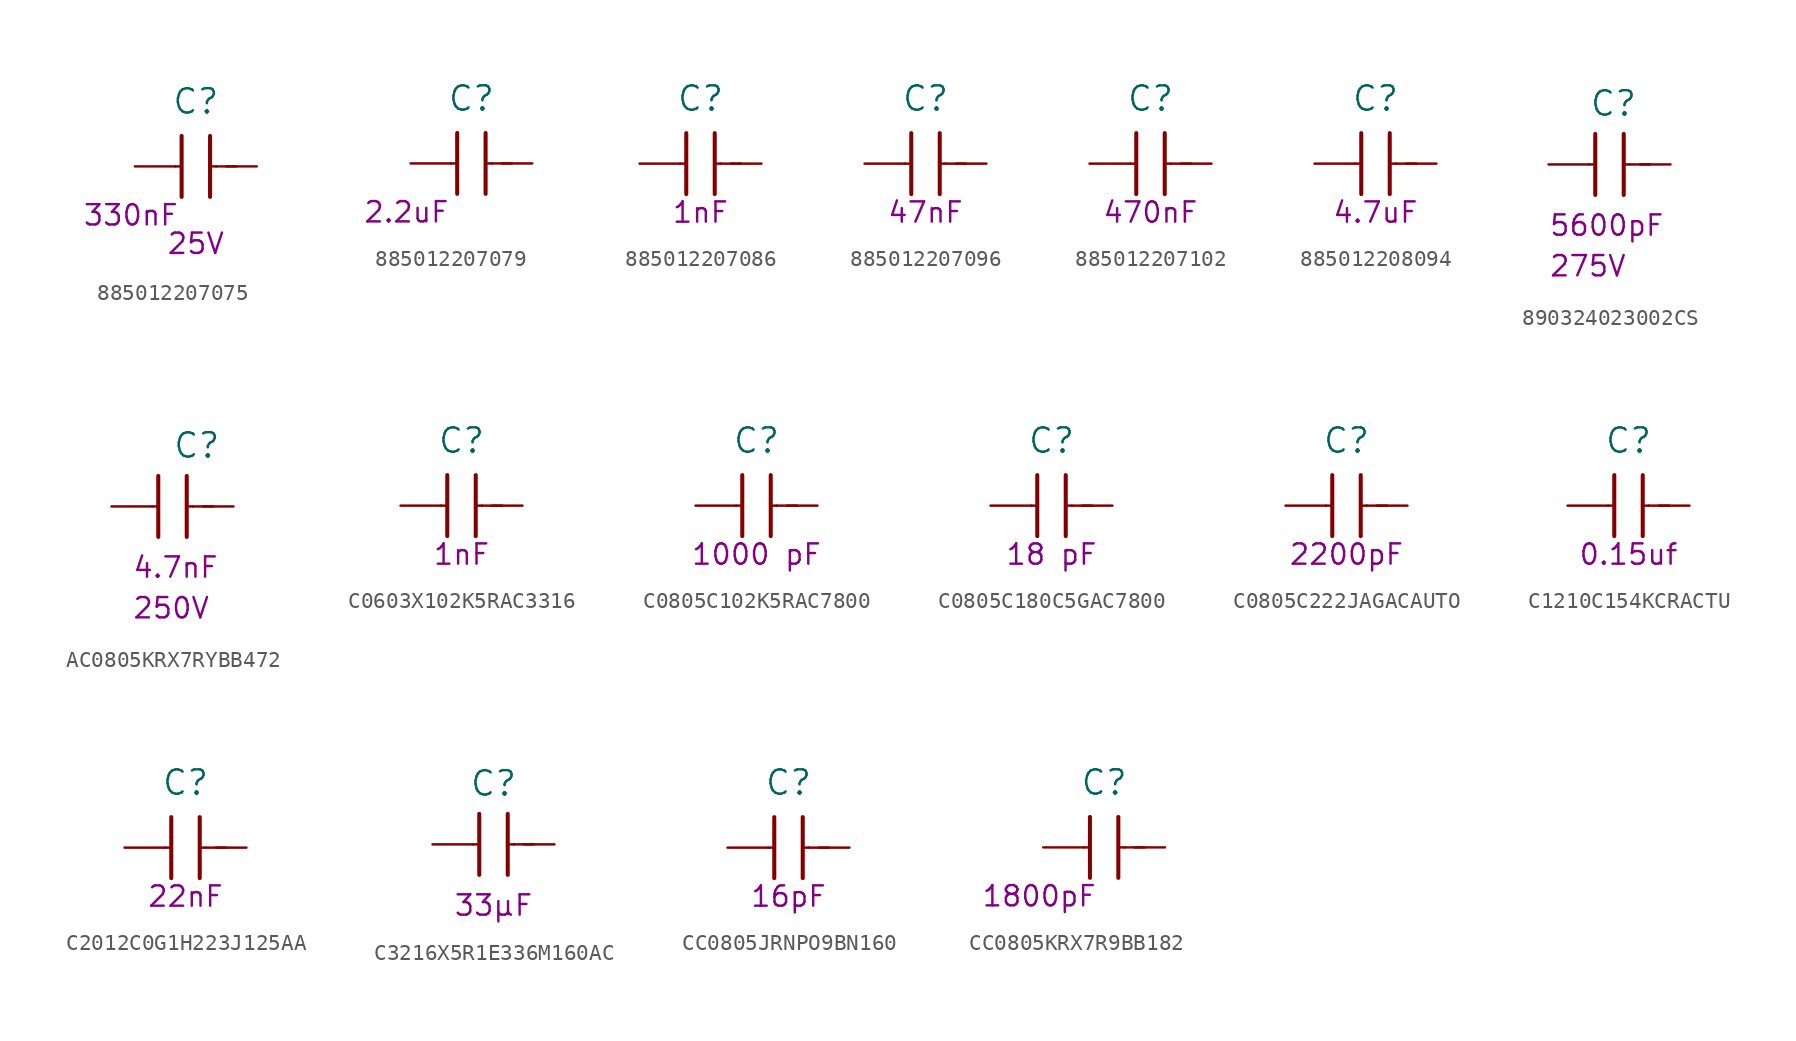
<source format=kicad_sym>
(kicad_symbol_lib
  (version 20231120)
  (generator "kicad_symbol_editor")
  (generator_version "8.0")
  (symbol "885012207075"
    (pin_numbers hide)
    (pin_names
      (offset 0) hide)
    (property "Reference" "C"
      (at -1.27 4.064 0)
      (effects (font (size 1.524 1.524))))
    (property "Capacitance (Farad)" "330nF"
      (at -5.334 -3.048 0)
      (effects (font (size 1.27 1.27))))
    (property "Voltage Rated (Volt)" "25V"
      (at -1.27 -4.826 0)
      (effects (font (size 1.27 1.27))))
    (symbol "885012207075_0_1"
      (polyline (pts (xy -2.54 0) (xy -2.286 0)) (stroke (width 0) (type default)) (fill (type none)))
      (polyline (pts (xy -2.159 1.905) (xy -2.159 -1.905)) (stroke (width 0.254) (type default)) (fill (type none)))
      (polyline (pts (xy -0.381 1.905) (xy -0.381 -1.905)) (stroke (width 0.254) (type default)) (fill (type none)))
      (polyline (pts (xy 0 0) (xy -0.254 0)) (stroke (width 0) (type default)) (fill (type none)))
      (polyline (pts (xy 0.635 0) (xy 1.27 0)) (stroke (width 0) (type default)) (fill (type none))))
    (symbol "885012207075_1_1"
      (pin passive line (at -5.08 0 0) (length 2.54) (name "1" (effects (font (size 1.27 1.27)))) (number "1" (effects (font (size 1.27 1.27)))))
      (pin passive line (at 2.54 0 180) (length 2.54) (name "2" (effects (font (size 1.27 1.27)))) (number "2" (effects (font (size 1.27 1.27)))))))
  (symbol "885012207079"
    (pin_numbers hide)
    (pin_names
      (offset 0) hide)
    (property "Reference" "C"
      (at -1.27 4.064 0)
      (effects (font (size 1.524 1.524))))
    (property "Capacitance (Farad)" "2.2uF"
      (at -5.334 -3.048 0)
      (effects (font (size 1.27 1.27))))
    (symbol "885012207079_0_1"
      (polyline (pts (xy -2.54 0) (xy -2.286 0)) (stroke (width 0) (type default)) (fill (type none)))
      (polyline (pts (xy -2.159 1.905) (xy -2.159 -1.905)) (stroke (width 0.254) (type default)) (fill (type none)))
      (polyline (pts (xy -0.381 1.905) (xy -0.381 -1.905)) (stroke (width 0.254) (type default)) (fill (type none)))
      (polyline (pts (xy 0 0) (xy -0.254 0)) (stroke (width 0) (type default)) (fill (type none)))
      (polyline (pts (xy 0.635 0) (xy 1.27 0)) (stroke (width 0) (type default)) (fill (type none))))
    (symbol "885012207079_1_1"
      (pin passive line (at -5.08 0 0) (length 2.54) (name "1" (effects (font (size 1.27 1.27)))) (number "1" (effects (font (size 1.27 1.27)))))
      (pin passive line (at 2.54 0 180) (length 2.54) (name "2" (effects (font (size 1.27 1.27)))) (number "2" (effects (font (size 1.27 1.27)))))))
  (symbol "885012207086"
    (pin_numbers hide)
    (pin_names
      (offset 0) hide)
    (property "Reference" "C"
      (at -1.27 4.064 0)
      (effects (font (size 1.524 1.524))))
    (property "Capacitance (Farad)" "1nF"
      (at -1.27 -3.048 0)
      (effects (font (size 1.27 1.27))))
    (symbol "885012207086_0_1"
      (polyline (pts (xy -2.54 0) (xy -2.286 0)) (stroke (width 0) (type default)) (fill (type none)))
      (polyline (pts (xy -2.159 1.905) (xy -2.159 -1.905)) (stroke (width 0.254) (type default)) (fill (type none)))
      (polyline (pts (xy -0.381 1.905) (xy -0.381 -1.905)) (stroke (width 0.254) (type default)) (fill (type none)))
      (polyline (pts (xy 0 0) (xy -0.254 0)) (stroke (width 0) (type default)) (fill (type none)))
      (polyline (pts (xy 0.635 0) (xy 1.27 0)) (stroke (width 0) (type default)) (fill (type none))))
    (symbol "885012207086_1_1"
      (pin passive line (at -5.08 0 0) (length 2.54) (name "1" (effects (font (size 1.27 1.27)))) (number "1" (effects (font (size 1.27 1.27)))))
      (pin passive line (at 2.54 0 180) (length 2.54) (name "2" (effects (font (size 1.27 1.27)))) (number "2" (effects (font (size 1.27 1.27)))))))
  (symbol "885012207096"
    (pin_numbers hide)
    (pin_names
      (offset 0) hide)
    (property "Reference" "C"
      (at -1.27 4.064 0)
      (effects (font (size 1.524 1.524))))
    (property "Capacitance (Farad)" "47nF"
      (at -1.27 -3.048 0)
      (effects (font (size 1.27 1.27))))
    (symbol "885012207096_0_1"
      (polyline (pts (xy -2.54 0) (xy -2.286 0)) (stroke (width 0) (type default)) (fill (type none)))
      (polyline (pts (xy -2.159 1.905) (xy -2.159 -1.905)) (stroke (width 0.254) (type default)) (fill (type none)))
      (polyline (pts (xy -0.381 1.905) (xy -0.381 -1.905)) (stroke (width 0.254) (type default)) (fill (type none)))
      (polyline (pts (xy 0 0) (xy -0.254 0)) (stroke (width 0) (type default)) (fill (type none)))
      (polyline (pts (xy 0.635 0) (xy 1.27 0)) (stroke (width 0) (type default)) (fill (type none))))
    (symbol "885012207096_1_1"
      (pin passive line (at -5.08 0 0) (length 2.54) (name "1" (effects (font (size 1.27 1.27)))) (number "1" (effects (font (size 1.27 1.27)))))
      (pin passive line (at 2.54 0 180) (length 2.54) (name "2" (effects (font (size 1.27 1.27)))) (number "2" (effects (font (size 1.27 1.27)))))))
  (symbol "885012207102"
    (pin_numbers hide)
    (pin_names
      (offset 0) hide)
    (property "Reference" "C"
      (at -1.27 4.064 0)
      (effects (font (size 1.524 1.524))))
    (property "Capacitance (Farad)" "470nF"
      (at -1.27 -3.048 0)
      (effects (font (size 1.27 1.27))))
    (symbol "885012207102_0_1"
      (polyline (pts (xy -2.54 0) (xy -2.286 0)) (stroke (width 0) (type default)) (fill (type none)))
      (polyline (pts (xy -2.159 1.905) (xy -2.159 -1.905)) (stroke (width 0.254) (type default)) (fill (type none)))
      (polyline (pts (xy -0.381 1.905) (xy -0.381 -1.905)) (stroke (width 0.254) (type default)) (fill (type none)))
      (polyline (pts (xy 0 0) (xy -0.254 0)) (stroke (width 0) (type default)) (fill (type none)))
      (polyline (pts (xy 0.635 0) (xy 1.27 0)) (stroke (width 0) (type default)) (fill (type none))))
    (symbol "885012207102_1_1"
      (pin passive line (at -5.08 0 0) (length 2.54) (name "1" (effects (font (size 1.27 1.27)))) (number "1" (effects (font (size 1.27 1.27)))))
      (pin passive line (at 2.54 0 180) (length 2.54) (name "2" (effects (font (size 1.27 1.27)))) (number "2" (effects (font (size 1.27 1.27)))))))
  (symbol "885012208094"
    (pin_numbers hide)
    (pin_names
      (offset 0) hide)
    (property "Reference" "C"
      (at -1.27 4.064 0)
      (effects (font (size 1.524 1.524))))
    (property "Capacitance (Farad)" "4.7uF"
      (at -1.27 -3.048 0)
      (effects (font (size 1.27 1.27))))
    (symbol "885012208094_0_1"
      (polyline (pts (xy -2.54 0) (xy -2.286 0)) (stroke (width 0) (type default)) (fill (type none)))
      (polyline (pts (xy -2.159 1.905) (xy -2.159 -1.905)) (stroke (width 0.254) (type default)) (fill (type none)))
      (polyline (pts (xy -0.381 1.905) (xy -0.381 -1.905)) (stroke (width 0.254) (type default)) (fill (type none)))
      (polyline (pts (xy 0 0) (xy -0.254 0)) (stroke (width 0) (type default)) (fill (type none)))
      (polyline (pts (xy 0.635 0) (xy 1.27 0)) (stroke (width 0) (type default)) (fill (type none))))
    (symbol "885012208094_1_1"
      (pin passive line (at -5.08 0 0) (length 2.54) (name "1" (effects (font (size 1.27 1.27)))) (number "1" (effects (font (size 1.27 1.27)))))
      (pin passive line (at 2.54 0 180) (length 2.54) (name "2" (effects (font (size 1.27 1.27)))) (number "2" (effects (font (size 1.27 1.27)))))))
  (symbol "890324023002CS"
    (pin_numbers hide)
    (pin_names
      (offset 0) hide)
    (property "Reference" "C"
      (at -2.54 3.81 0)
      (effects (font (size 1.524 1.524)) (justify left)))
    (property "Capacitance (Farad)" "5600pF"
      (at -5.08 -3.81 0)
      (effects (font (size 1.27 1.27)) (justify left)))
    (property "Voltage Rated (Volt)" "275V"
      (at -5.08 -6.35 0)
      (effects (font (size 1.27 1.27)) (justify left)))
    (symbol "890324023002CS_0_1"
      (polyline (pts (xy -2.54 0) (xy -2.286 0)) (stroke (width 0) (type default)) (fill (type none)))
      (polyline (pts (xy -2.159 1.905) (xy -2.159 -1.905)) (stroke (width 0.254) (type default)) (fill (type none)))
      (polyline (pts (xy -0.381 1.905) (xy -0.381 -1.905)) (stroke (width 0.254) (type default)) (fill (type none)))
      (polyline (pts (xy 0 0) (xy -0.254 0)) (stroke (width 0) (type default)) (fill (type none)))
      (polyline (pts (xy 0.635 0) (xy 1.27 0)) (stroke (width 0) (type default)) (fill (type none))))
    (symbol "890324023002CS_1_1"
      (pin passive line (at -5.08 0 0) (length 2.54) (name "1" (effects (font (size 1.27 1.27)))) (number "1" (effects (font (size 1.27 1.27)))))
      (pin passive line (at 2.54 0 180) (length 2.54) (name "2" (effects (font (size 1.27 1.27)))) (number "2" (effects (font (size 1.27 1.27)))))))
  (symbol "AC0805KRX7RYBB472"
    (pin_numbers hide)
    (pin_names
      (offset 0) hide)
    (property "Reference" "C"
      (at 0 3.81 0)
      (effects (font (size 1.524 1.524)) (justify left)))
    (property "Capacitance (Farad)" "4.7nF"
      (at -2.54 -3.81 0)
      (effects (font (size 1.27 1.27)) (justify left)))
    (property "Voltage Rated (Volt)" "250V"
      (at -2.54 -6.35 0)
      (effects (font (size 1.27 1.27)) (justify left)))
    (symbol "AC0805KRX7RYBB472_0_1"
      (polyline (pts (xy -1.27 0) (xy -1.016 0)) (stroke (width 0) (type default)) (fill (type none)))
      (polyline (pts (xy -0.889 1.905) (xy -0.889 -1.905)) (stroke (width 0.254) (type default)) (fill (type none)))
      (polyline (pts (xy 0.889 1.905) (xy 0.889 -1.905)) (stroke (width 0.254) (type default)) (fill (type none)))
      (polyline (pts (xy 1.27 0) (xy 1.016 0)) (stroke (width 0) (type default)) (fill (type none)))
      (polyline (pts (xy 1.905 0) (xy 2.54 0)) (stroke (width 0) (type default)) (fill (type none))))
    (symbol "AC0805KRX7RYBB472_1_1"
      (pin passive line (at -3.81 0 0) (length 2.54) (name "1" (effects (font (size 1.27 1.27)))) (number "1" (effects (font (size 1.27 1.27)))))
      (pin passive line (at 3.81 0 180) (length 2.54) (name "2" (effects (font (size 1.27 1.27)))) (number "2" (effects (font (size 1.27 1.27)))))))
  (symbol "C0603X102K5RAC3316"
    (pin_numbers hide)
    (pin_names
      (offset 0) hide)
    (property "Reference" "C"
      (at -1.27 4.064 0)
      (effects (font (size 1.524 1.524))))
    (property "Capacitance (Farad)" "1nF"
      (at -1.27 -3.048 0)
      (effects (font (size 1.27 1.27))))
    (symbol "C0603X102K5RAC3316_0_1"
      (polyline (pts (xy -2.54 0) (xy -2.286 0)) (stroke (width 0) (type default)) (fill (type none)))
      (polyline (pts (xy -2.159 1.905) (xy -2.159 -1.905)) (stroke (width 0.254) (type default)) (fill (type none)))
      (polyline (pts (xy -0.381 1.905) (xy -0.381 -1.905)) (stroke (width 0.254) (type default)) (fill (type none)))
      (polyline (pts (xy 0 0) (xy -0.254 0)) (stroke (width 0) (type default)) (fill (type none)))
      (polyline (pts (xy 0.635 0) (xy 1.27 0)) (stroke (width 0) (type default)) (fill (type none))))
    (symbol "C0603X102K5RAC3316_1_1"
      (pin passive line (at -5.08 0 0) (length 2.54) (name "1" (effects (font (size 1.27 1.27)))) (number "1" (effects (font (size 1.27 1.27)))))
      (pin passive line (at 2.54 0 180) (length 2.54) (name "2" (effects (font (size 1.27 1.27)))) (number "2" (effects (font (size 1.27 1.27)))))))
  (symbol "C0805C102K5RAC7800"
    (pin_numbers hide)
    (pin_names
      (offset 0) hide)
    (property "Reference" "C"
      (at -1.27 4.064 0)
      (effects (font (size 1.524 1.524))))
    (property "Capacitance (Farad)" "1000 pF"
      (at -1.27 -3.048 0)
      (effects (font (size 1.27 1.27))))
    (symbol "C0805C102K5RAC7800_0_1"
      (polyline (pts (xy -2.54 0) (xy -2.286 0)) (stroke (width 0) (type default)) (fill (type none)))
      (polyline (pts (xy -2.159 1.905) (xy -2.159 -1.905)) (stroke (width 0.254) (type default)) (fill (type none)))
      (polyline (pts (xy -0.381 1.905) (xy -0.381 -1.905)) (stroke (width 0.254) (type default)) (fill (type none)))
      (polyline (pts (xy 0 0) (xy -0.254 0)) (stroke (width 0) (type default)) (fill (type none)))
      (polyline (pts (xy 0.635 0) (xy 1.27 0)) (stroke (width 0) (type default)) (fill (type none))))
    (symbol "C0805C102K5RAC7800_1_1"
      (pin passive line (at -5.08 0 0) (length 2.54) (name "1" (effects (font (size 1.27 1.27)))) (number "1" (effects (font (size 1.27 1.27)))))
      (pin passive line (at 2.54 0 180) (length 2.54) (name "2" (effects (font (size 1.27 1.27)))) (number "2" (effects (font (size 1.27 1.27)))))))
  (symbol "C0805C180C5GAC7800"
    (pin_numbers hide)
    (pin_names
      (offset 0) hide)
    (property "Reference" "C"
      (at -1.27 4.064 0)
      (effects (font (size 1.524 1.524))))
    (property "Capacitance (Farad)" "18 pF"
      (at -1.27 -3.048 0)
      (effects (font (size 1.27 1.27))))
    (symbol "C0805C180C5GAC7800_0_1"
      (polyline (pts (xy -2.54 0) (xy -2.286 0)) (stroke (width 0) (type default)) (fill (type none)))
      (polyline (pts (xy -2.159 1.905) (xy -2.159 -1.905)) (stroke (width 0.254) (type default)) (fill (type none)))
      (polyline (pts (xy -0.381 1.905) (xy -0.381 -1.905)) (stroke (width 0.254) (type default)) (fill (type none)))
      (polyline (pts (xy 0 0) (xy -0.254 0)) (stroke (width 0) (type default)) (fill (type none)))
      (polyline (pts (xy 0.635 0) (xy 1.27 0)) (stroke (width 0) (type default)) (fill (type none))))
    (symbol "C0805C180C5GAC7800_1_1"
      (pin passive line (at -5.08 0 0) (length 2.54) (name "1" (effects (font (size 1.27 1.27)))) (number "1" (effects (font (size 1.27 1.27)))))
      (pin passive line (at 2.54 0 180) (length 2.54) (name "2" (effects (font (size 1.27 1.27)))) (number "2" (effects (font (size 1.27 1.27)))))))
  (symbol "C0805C222JAGACAUTO"
    (pin_numbers hide)
    (pin_names
      (offset 0) hide)
    (property "Reference" "C"
      (at -1.27 4.064 0)
      (effects (font (size 1.524 1.524))))
    (property "Capacitance (Farad)" "2200pF"
      (at -1.27 -3.048 0)
      (effects (font (size 1.27 1.27))))
    (symbol "C0805C222JAGACAUTO_0_1"
      (polyline (pts (xy -2.54 0) (xy -2.286 0)) (stroke (width 0) (type default)) (fill (type none)))
      (polyline (pts (xy -2.159 1.905) (xy -2.159 -1.905)) (stroke (width 0.254) (type default)) (fill (type none)))
      (polyline (pts (xy -0.381 1.905) (xy -0.381 -1.905)) (stroke (width 0.254) (type default)) (fill (type none)))
      (polyline (pts (xy 0 0) (xy -0.254 0)) (stroke (width 0) (type default)) (fill (type none)))
      (polyline (pts (xy 0.635 0) (xy 1.27 0)) (stroke (width 0) (type default)) (fill (type none))))
    (symbol "C0805C222JAGACAUTO_1_1"
      (pin passive line (at -5.08 0 0) (length 2.54) (name "1" (effects (font (size 1.27 1.27)))) (number "1" (effects (font (size 1.27 1.27)))))
      (pin passive line (at 2.54 0 180) (length 2.54) (name "2" (effects (font (size 1.27 1.27)))) (number "2" (effects (font (size 1.27 1.27)))))))
  (symbol "C1210C154KCRACTU"
    (pin_numbers hide)
    (pin_names
      (offset 0) hide)
    (property "Reference" "C"
      (at -1.27 4.064 0)
      (effects (font (size 1.524 1.524))))
    (property "Capacitance (Farad)" "0.15uf"
      (at -1.27 -3.048 0)
      (effects (font (size 1.27 1.27))))
    (symbol "C1210C154KCRACTU_0_1"
      (polyline (pts (xy -2.54 0) (xy -2.286 0)) (stroke (width 0) (type default)) (fill (type none)))
      (polyline (pts (xy -2.159 1.905) (xy -2.159 -1.905)) (stroke (width 0.254) (type default)) (fill (type none)))
      (polyline (pts (xy -0.381 1.905) (xy -0.381 -1.905)) (stroke (width 0.254) (type default)) (fill (type none)))
      (polyline (pts (xy 0 0) (xy -0.254 0)) (stroke (width 0) (type default)) (fill (type none)))
      (polyline (pts (xy 0.635 0) (xy 1.27 0)) (stroke (width 0) (type default)) (fill (type none))))
    (symbol "C1210C154KCRACTU_1_1"
      (pin passive line (at -5.08 0 0) (length 2.54) (name "1" (effects (font (size 1.27 1.27)))) (number "1" (effects (font (size 1.27 1.27)))))
      (pin passive line (at 2.54 0 180) (length 2.54) (name "2" (effects (font (size 1.27 1.27)))) (number "2" (effects (font (size 1.27 1.27)))))))
  (symbol "C2012C0G1H223J125AA"
    (pin_numbers hide)
    (pin_names
      (offset 0) hide)
    (property "Reference" "C"
      (at -1.27 4.064 0)
      (effects (font (size 1.524 1.524))))
    (property "Capacitance (Farad)" "22nF"
      (at -1.27 -3.048 0)
      (effects (font (size 1.27 1.27))))
    (symbol "C2012C0G1H223J125AA_0_1"
      (polyline (pts (xy -2.54 0) (xy -2.286 0)) (stroke (width 0) (type default)) (fill (type none)))
      (polyline (pts (xy -2.159 1.905) (xy -2.159 -1.905)) (stroke (width 0.254) (type default)) (fill (type none)))
      (polyline (pts (xy -0.381 1.905) (xy -0.381 -1.905)) (stroke (width 0.254) (type default)) (fill (type none)))
      (polyline (pts (xy 0 0) (xy -0.254 0)) (stroke (width 0) (type default)) (fill (type none)))
      (polyline (pts (xy 0.635 0) (xy 1.27 0)) (stroke (width 0) (type default)) (fill (type none))))
    (symbol "C2012C0G1H223J125AA_1_1"
      (pin passive line (at -5.08 0 0) (length 2.54) (name "1" (effects (font (size 1.27 1.27)))) (number "1" (effects (font (size 1.27 1.27)))))
      (pin passive line (at 2.54 0 180) (length 2.54) (name "2" (effects (font (size 1.27 1.27)))) (number "2" (effects (font (size 1.27 1.27)))))))
  (symbol "C3216X5R1E336M160AC"
    (pin_numbers hide)
    (pin_names
      (offset 0) hide)
    (property "Reference" "C"
      (at -1.27 3.81 0)
      (effects (font (size 1.524 1.524))))
    (property "Capacitance (Farad)" "33µF"
      (at -1.27 -3.81 0)
      (effects (font (size 1.27 1.27))))
    (symbol "C3216X5R1E336M160AC_0_1"
      (polyline (pts (xy -2.54 0) (xy -2.286 0)) (stroke (width 0) (type default)) (fill (type none)))
      (polyline (pts (xy -2.159 1.905) (xy -2.159 -1.905)) (stroke (width 0.254) (type default)) (fill (type none)))
      (polyline (pts (xy -0.381 1.905) (xy -0.381 -1.905)) (stroke (width 0.254) (type default)) (fill (type none)))
      (polyline (pts (xy 0 0) (xy -0.254 0)) (stroke (width 0) (type default)) (fill (type none)))
      (polyline (pts (xy 0.635 0) (xy 1.27 0)) (stroke (width 0) (type default)) (fill (type none))))
    (symbol "C3216X5R1E336M160AC_1_1"
      (pin passive line (at -5.08 0 0) (length 2.54) (name "1" (effects (font (size 1.27 1.27)))) (number "1" (effects (font (size 1.27 1.27)))))
      (pin passive line (at 2.54 0 180) (length 2.54) (name "2" (effects (font (size 1.27 1.27)))) (number "2" (effects (font (size 1.27 1.27)))))))
  (symbol "CC0805JRNPO9BN160"
    (pin_numbers hide)
    (pin_names
      (offset 0) hide)
    (property "Reference" "C"
      (at -1.27 4.064 0)
      (effects (font (size 1.524 1.524))))
    (property "Capacitance (Farad)" "16pF"
      (at -1.27 -3.048 0)
      (effects (font (size 1.27 1.27))))
    (symbol "CC0805JRNPO9BN160_0_1"
      (polyline (pts (xy -2.54 0) (xy -2.286 0)) (stroke (width 0) (type default)) (fill (type none)))
      (polyline (pts (xy -2.159 1.905) (xy -2.159 -1.905)) (stroke (width 0.254) (type default)) (fill (type none)))
      (polyline (pts (xy -0.381 1.905) (xy -0.381 -1.905)) (stroke (width 0.254) (type default)) (fill (type none)))
      (polyline (pts (xy 0 0) (xy -0.254 0)) (stroke (width 0) (type default)) (fill (type none)))
      (polyline (pts (xy 0.635 0) (xy 1.27 0)) (stroke (width 0) (type default)) (fill (type none))))
    (symbol "CC0805JRNPO9BN160_1_1"
      (pin passive line (at -5.08 0 0) (length 2.54) (name "1" (effects (font (size 1.27 1.27)))) (number "1" (effects (font (size 1.27 1.27)))))
      (pin passive line (at 2.54 0 180) (length 2.54) (name "2" (effects (font (size 1.27 1.27)))) (number "2" (effects (font (size 1.27 1.27)))))))
  (symbol "CC0805KRX7R9BB182"
    (pin_numbers hide)
    (pin_names
      (offset 0) hide)
    (property "Reference" "C"
      (at -1.27 4.064 0)
      (effects (font (size 1.524 1.524))))
    (property "Capacitance (Farad)" "1800pF"
      (at -5.334 -3.048 0)
      (effects (font (size 1.27 1.27))))
    (symbol "CC0805KRX7R9BB182_0_1"
      (polyline (pts (xy -2.54 0) (xy -2.286 0)) (stroke (width 0) (type default)) (fill (type none)))
      (polyline (pts (xy -2.159 1.905) (xy -2.159 -1.905)) (stroke (width 0.254) (type default)) (fill (type none)))
      (polyline (pts (xy -0.381 1.905) (xy -0.381 -1.905)) (stroke (width 0.254) (type default)) (fill (type none)))
      (polyline (pts (xy 0 0) (xy -0.254 0)) (stroke (width 0) (type default)) (fill (type none)))
      (polyline (pts (xy 0.635 0) (xy 1.27 0)) (stroke (width 0) (type default)) (fill (type none))))
    (symbol "CC0805KRX7R9BB182_1_1"
      (pin passive line (at -5.08 0 0) (length 2.54) (name "1" (effects (font (size 1.27 1.27)))) (number "1" (effects (font (size 1.27 1.27)))))
      (pin passive line (at 2.54 0 180) (length 2.54) (name "2" (effects (font (size 1.27 1.27)))) (number "2" (effects (font (size 1.27 1.27))))))))
</source>
